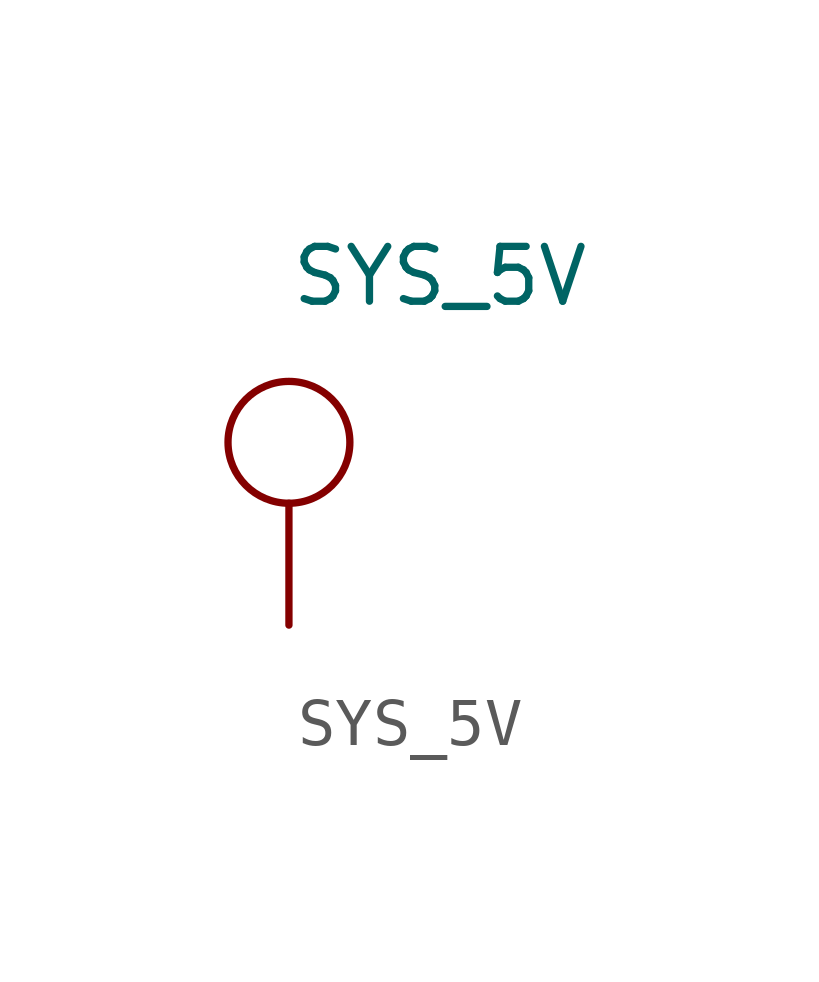
<source format=kicad_sym>
(kicad_symbol_lib
  (version 20211014)
  (generator kicad_symbol_editor)
  (symbol "SYS_5V"
    (power)
    (pin_numbers hide)
    (pin_names
      (offset 1.016) hide)
    (property "Reference" "#SUPPLY"
      (at 0 0 0)
      (effects (font (size 1.143 1.143)) (justify left bottom) hide))
    (property "Value" "SYS_5V"
      (at 0 4.064 0)
      (effects (font (size 1.143 1.143)) (justify left bottom)))
    (property "ki_locked" ""
      (at 0 0 0)
      (effects (font (size 1.27 1.27))))
    (symbol "SYS_5V_1_0"
      (polyline (pts (xy 0 -2.54) (xy 0 0)) (stroke (width 0) (type default) (color 0 0 0 0)) (fill (type none))))
    (symbol "SYS_5V_1_1"
      (circle (center 0 1.27) (radius 1.27) (stroke (width 0) (type default) (color 0 0 0 0)) (fill (type none)))
      (pin power_in line (at 0 -2.54 90) (length 2.54) hide (name "SYS_5V" (effects (font (size 1.016 1.016)))) (number "~" (effects (font (size 1.016 1.016))))))))
</source>
